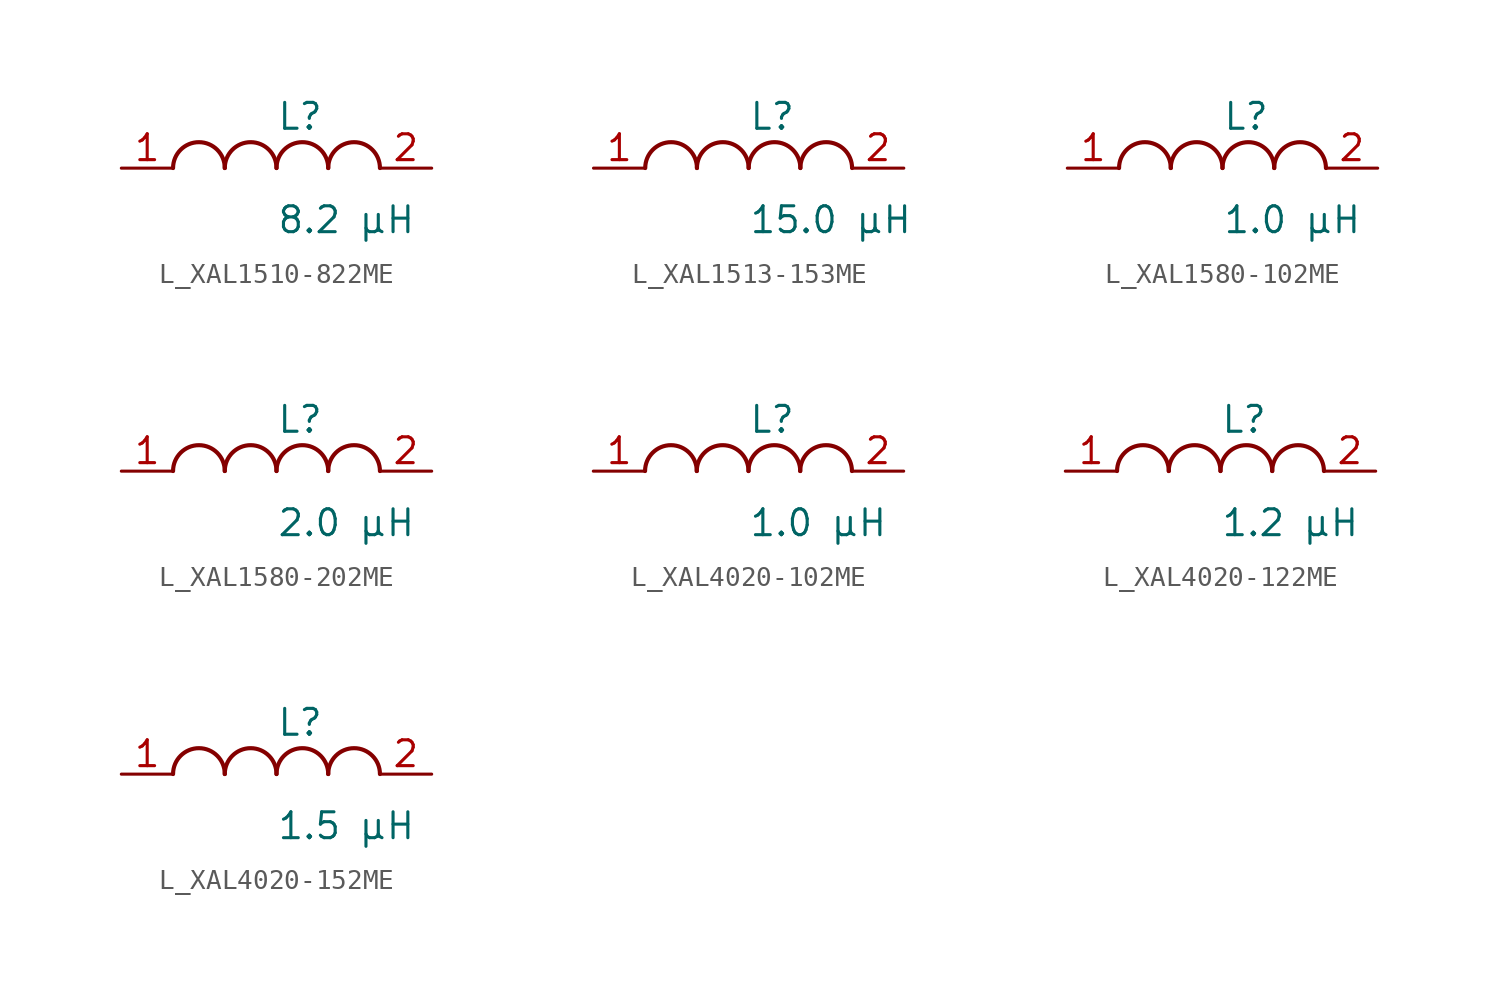
<source format=kicad_sym>
(kicad_symbol_lib
  (version 20231120)
  (generator kicad_symbol_editor)
  (generator_version 8.0)
  (symbol "L_XAL1510-822ME"
    (pin_names
      (offset 0.254))
    (property "Reference" "L"
      (at 0.0 2.54 0)
      (effects (font (size 1.27 1.27)) (justify left)))
    (property "Value" "8.2 µH"
      (at 0.0 -2.54 0)
      (effects (font (size 1.27 1.27)) (justify left)))
    (symbol "L_XAL1510-822ME_1_1"
      (arc (start -2.54 0.0056) (mid -3.81 1.27) (end -5.08 0.0056) (stroke (width 0.2032) (type default)) (fill (type none)))
      (arc (start 0 0.0056) (mid -1.27 1.27) (end -2.54 0.0056) (stroke (width 0.2032) (type default)) (fill (type none)))
      (arc (start 2.54 0.0056) (mid 1.27 1.27) (end 0 0.0056) (stroke (width 0.2032) (type default)) (fill (type none)))
      (arc (start 5.08 0.0056) (mid 3.81 1.27) (end 2.54 0.0056) (stroke (width 0.2032) (type default)) (fill (type none)))
      (pin unspecified line (at -7.62 0 0) (length 2.54) (name "" (effects (font (size 1.27 1.27)))) (number "1" (effects (font (size 1.27 1.27)))))
      (pin unspecified line (at 7.62 0 180) (length 2.54) (name "" (effects (font (size 1.27 1.27)))) (number "2" (effects (font (size 1.27 1.27)))))))
  (symbol "L_XAL1513-153ME"
    (pin_names
      (offset 0.254))
    (property "Reference" "L"
      (at 0.0 2.54 0)
      (effects (font (size 1.27 1.27)) (justify left)))
    (property "Value" "15.0 µH"
      (at 0.0 -2.54 0)
      (effects (font (size 1.27 1.27)) (justify left)))
    (symbol "L_XAL1513-153ME_1_1"
      (arc (start -2.54 0.0056) (mid -3.81 1.27) (end -5.08 0.0056) (stroke (width 0.2032) (type default)) (fill (type none)))
      (arc (start 0 0.0056) (mid -1.27 1.27) (end -2.54 0.0056) (stroke (width 0.2032) (type default)) (fill (type none)))
      (arc (start 2.54 0.0056) (mid 1.27 1.27) (end 0 0.0056) (stroke (width 0.2032) (type default)) (fill (type none)))
      (arc (start 5.08 0.0056) (mid 3.81 1.27) (end 2.54 0.0056) (stroke (width 0.2032) (type default)) (fill (type none)))
      (pin unspecified line (at -7.62 0 0) (length 2.54) (name "" (effects (font (size 1.27 1.27)))) (number "1" (effects (font (size 1.27 1.27)))))
      (pin unspecified line (at 7.62 0 180) (length 2.54) (name "" (effects (font (size 1.27 1.27)))) (number "2" (effects (font (size 1.27 1.27)))))))
  (symbol "L_XAL1580-102ME"
    (pin_names
      (offset 0.254))
    (property "Reference" "L"
      (at 0.0 2.54 0)
      (effects (font (size 1.27 1.27)) (justify left)))
    (property "Value" "1.0 µH"
      (at 0.0 -2.54 0)
      (effects (font (size 1.27 1.27)) (justify left)))
    (symbol "L_XAL1580-102ME_1_1"
      (arc (start -2.54 0.0056) (mid -3.81 1.27) (end -5.08 0.0056) (stroke (width 0.2032) (type default)) (fill (type none)))
      (arc (start 0 0.0056) (mid -1.27 1.27) (end -2.54 0.0056) (stroke (width 0.2032) (type default)) (fill (type none)))
      (arc (start 2.54 0.0056) (mid 1.27 1.27) (end 0 0.0056) (stroke (width 0.2032) (type default)) (fill (type none)))
      (arc (start 5.08 0.0056) (mid 3.81 1.27) (end 2.54 0.0056) (stroke (width 0.2032) (type default)) (fill (type none)))
      (pin unspecified line (at -7.62 0 0) (length 2.54) (name "" (effects (font (size 1.27 1.27)))) (number "1" (effects (font (size 1.27 1.27)))))
      (pin unspecified line (at 7.62 0 180) (length 2.54) (name "" (effects (font (size 1.27 1.27)))) (number "2" (effects (font (size 1.27 1.27)))))))
  (symbol "L_XAL1580-202ME"
    (pin_names
      (offset 0.254))
    (property "Reference" "L"
      (at 0.0 2.54 0)
      (effects (font (size 1.27 1.27)) (justify left)))
    (property "Value" "2.0 µH"
      (at 0.0 -2.54 0)
      (effects (font (size 1.27 1.27)) (justify left)))
    (symbol "L_XAL1580-202ME_1_1"
      (arc (start -2.54 0.0056) (mid -3.81 1.27) (end -5.08 0.0056) (stroke (width 0.2032) (type default)) (fill (type none)))
      (arc (start 0 0.0056) (mid -1.27 1.27) (end -2.54 0.0056) (stroke (width 0.2032) (type default)) (fill (type none)))
      (arc (start 2.54 0.0056) (mid 1.27 1.27) (end 0 0.0056) (stroke (width 0.2032) (type default)) (fill (type none)))
      (arc (start 5.08 0.0056) (mid 3.81 1.27) (end 2.54 0.0056) (stroke (width 0.2032) (type default)) (fill (type none)))
      (pin unspecified line (at -7.62 0 0) (length 2.54) (name "" (effects (font (size 1.27 1.27)))) (number "1" (effects (font (size 1.27 1.27)))))
      (pin unspecified line (at 7.62 0 180) (length 2.54) (name "" (effects (font (size 1.27 1.27)))) (number "2" (effects (font (size 1.27 1.27)))))))
  (symbol "L_XAL4020-102ME"
    (pin_names
      (offset 0.254))
    (property "Reference" "L"
      (at 0.0 2.54 0)
      (effects (font (size 1.27 1.27)) (justify left)))
    (property "Value" "1.0 µH"
      (at 0.0 -2.54 0)
      (effects (font (size 1.27 1.27)) (justify left)))
    (symbol "L_XAL4020-102ME_1_1"
      (arc (start -2.54 0.0056) (mid -3.81 1.27) (end -5.08 0.0056) (stroke (width 0.2032) (type default)) (fill (type none)))
      (arc (start 0 0.0056) (mid -1.27 1.27) (end -2.54 0.0056) (stroke (width 0.2032) (type default)) (fill (type none)))
      (arc (start 2.54 0.0056) (mid 1.27 1.27) (end 0 0.0056) (stroke (width 0.2032) (type default)) (fill (type none)))
      (arc (start 5.08 0.0056) (mid 3.81 1.27) (end 2.54 0.0056) (stroke (width 0.2032) (type default)) (fill (type none)))
      (pin unspecified line (at -7.62 0 0) (length 2.54) (name "" (effects (font (size 1.27 1.27)))) (number "1" (effects (font (size 1.27 1.27)))))
      (pin unspecified line (at 7.62 0 180) (length 2.54) (name "" (effects (font (size 1.27 1.27)))) (number "2" (effects (font (size 1.27 1.27)))))))
  (symbol "L_XAL4020-122ME"
    (pin_names
      (offset 0.254))
    (property "Reference" "L"
      (at 0.0 2.54 0)
      (effects (font (size 1.27 1.27)) (justify left)))
    (property "Value" "1.2 µH"
      (at 0.0 -2.54 0)
      (effects (font (size 1.27 1.27)) (justify left)))
    (symbol "L_XAL4020-122ME_1_1"
      (arc (start -2.54 0.0056) (mid -3.81 1.27) (end -5.08 0.0056) (stroke (width 0.2032) (type default)) (fill (type none)))
      (arc (start 0 0.0056) (mid -1.27 1.27) (end -2.54 0.0056) (stroke (width 0.2032) (type default)) (fill (type none)))
      (arc (start 2.54 0.0056) (mid 1.27 1.27) (end 0 0.0056) (stroke (width 0.2032) (type default)) (fill (type none)))
      (arc (start 5.08 0.0056) (mid 3.81 1.27) (end 2.54 0.0056) (stroke (width 0.2032) (type default)) (fill (type none)))
      (pin unspecified line (at -7.62 0 0) (length 2.54) (name "" (effects (font (size 1.27 1.27)))) (number "1" (effects (font (size 1.27 1.27)))))
      (pin unspecified line (at 7.62 0 180) (length 2.54) (name "" (effects (font (size 1.27 1.27)))) (number "2" (effects (font (size 1.27 1.27)))))))
  (symbol "L_XAL4020-152ME"
    (pin_names
      (offset 0.254))
    (property "Reference" "L"
      (at 0.0 2.54 0)
      (effects (font (size 1.27 1.27)) (justify left)))
    (property "Value" "1.5 µH"
      (at 0.0 -2.54 0)
      (effects (font (size 1.27 1.27)) (justify left)))
    (symbol "L_XAL4020-152ME_1_1"
      (arc (start -2.54 0.0056) (mid -3.81 1.27) (end -5.08 0.0056) (stroke (width 0.2032) (type default)) (fill (type none)))
      (arc (start 0 0.0056) (mid -1.27 1.27) (end -2.54 0.0056) (stroke (width 0.2032) (type default)) (fill (type none)))
      (arc (start 2.54 0.0056) (mid 1.27 1.27) (end 0 0.0056) (stroke (width 0.2032) (type default)) (fill (type none)))
      (arc (start 5.08 0.0056) (mid 3.81 1.27) (end 2.54 0.0056) (stroke (width 0.2032) (type default)) (fill (type none)))
      (pin unspecified line (at -7.62 0 0) (length 2.54) (name "" (effects (font (size 1.27 1.27)))) (number "1" (effects (font (size 1.27 1.27)))))
      (pin unspecified line (at 7.62 0 180) (length 2.54) (name "" (effects (font (size 1.27 1.27)))) (number "2" (effects (font (size 1.27 1.27))))))))
</source>
